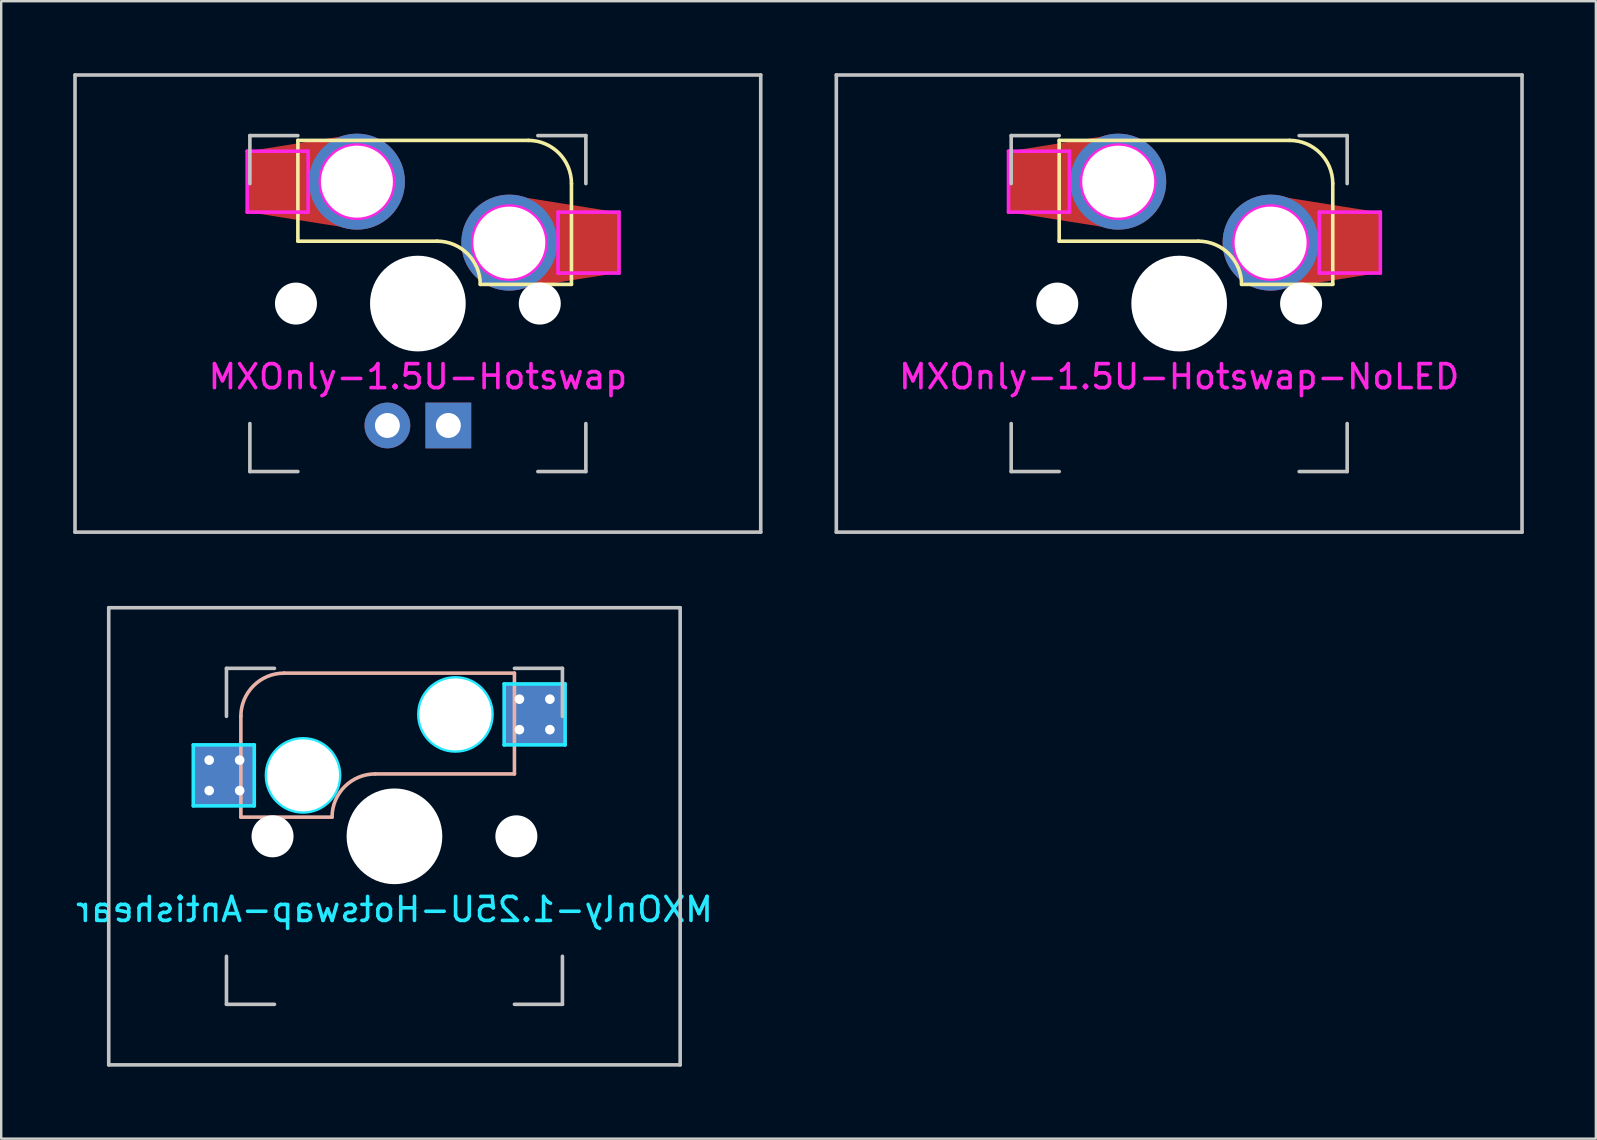
<source format=kicad_pcb>
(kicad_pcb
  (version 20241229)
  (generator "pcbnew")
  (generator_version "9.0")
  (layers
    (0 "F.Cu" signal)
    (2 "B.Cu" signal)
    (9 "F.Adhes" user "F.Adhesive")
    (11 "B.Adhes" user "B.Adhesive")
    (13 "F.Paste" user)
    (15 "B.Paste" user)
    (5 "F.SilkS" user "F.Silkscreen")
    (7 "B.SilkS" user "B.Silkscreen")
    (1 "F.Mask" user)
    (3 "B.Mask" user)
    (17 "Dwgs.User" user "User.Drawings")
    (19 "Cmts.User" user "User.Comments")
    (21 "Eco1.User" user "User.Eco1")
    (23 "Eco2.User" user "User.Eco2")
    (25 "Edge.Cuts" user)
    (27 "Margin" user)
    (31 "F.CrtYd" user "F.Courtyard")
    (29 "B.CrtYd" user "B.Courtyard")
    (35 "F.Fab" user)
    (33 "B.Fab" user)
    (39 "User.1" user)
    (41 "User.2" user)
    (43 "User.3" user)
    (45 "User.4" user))
  (footprint "MXOnly-1.5U-Hotswap-NoLED"
    (layer "F.Cu")
    (at 46.087 9.6)
    (property "Reference" "MXOnly-1.5U-Hotswap-NoLED" (at 0 3.048 180) (layer "F.CrtYd") (effects (font (size 1 1) (thickness 0.15))))
    (attr smd)
    (fp_line (start -5 -6.8) (end 4.6 -6.8) (stroke (width 0.15) (type solid)) (layer "F.SilkS"))
    (fp_line (start -5 -2.6) (end -5 -6.8) (stroke (width 0.15) (type solid)) (layer "F.SilkS"))
    (fp_line (start 0.8 -2.6) (end -5 -2.6) (stroke (width 0.15) (type solid)) (layer "F.SilkS"))
    (fp_line (start 6.4 -5) (end 6.4 -0.8) (stroke (width 0.15) (type solid)) (layer "F.SilkS"))
    (fp_line (start 6.4 -0.8) (end 2.6 -0.8) (stroke (width 0.15) (type solid)) (layer "F.SilkS"))
    (fp_arc (start 0.8 -2.6) (mid 2.072792 -2.072792) (end 2.6 -0.8) (stroke (width 0.15) (type solid)) (layer "F.SilkS"))
    (fp_arc (start 4.6 -6.8) (mid 5.872792 -6.272792) (end 6.4 -5) (stroke (width 0.15) (type solid)) (layer "F.SilkS"))
    (fp_poly (pts (xy -5.08 -3.493) (xy -7.112 -3.81) (xy -7.112 -6.35) (xy -5.08 -6.668)) (stroke (width 0.1) (type solid)) (fill yes) (layer "F.Paste"))
    (fp_poly (pts (xy 6.477 -4.064) (xy 8.509 -3.747) (xy 8.509 -1.206) (xy 6.477 -0.889)) (stroke (width 0.1) (type solid)) (fill yes) (layer "F.Paste"))
    (fp_line (start -14.287 -9.525) (end -14.287 9.525) (stroke (width 0.15) (type solid)) (layer "Dwgs.User"))
    (fp_line (start -14.287 9.525) (end 14.287 9.525) (stroke (width 0.15) (type solid)) (layer "Dwgs.User"))
    (fp_line (start -7 -7) (end -7 -5) (stroke (width 0.15) (type solid)) (layer "Dwgs.User"))
    (fp_line (start -7 7) (end -7 5) (stroke (width 0.15) (type solid)) (layer "Dwgs.User"))
    (fp_line (start -5 -7) (end -7 -7) (stroke (width 0.15) (type solid)) (layer "Dwgs.User"))
    (fp_line (start -5 7) (end -7 7) (stroke (width 0.15) (type solid)) (layer "Dwgs.User"))
    (fp_line (start 5 -7) (end 7 -7) (stroke (width 0.15) (type solid)) (layer "Dwgs.User"))
    (fp_line (start 7 -7) (end 7 -5) (stroke (width 0.15) (type solid)) (layer "Dwgs.User"))
    (fp_line (start 7 5) (end 7 7) (stroke (width 0.15) (type solid)) (layer "Dwgs.User"))
    (fp_line (start 7 7) (end 5 7) (stroke (width 0.15) (type solid)) (layer "Dwgs.User"))
    (fp_line (start 14.287 -9.525) (end -14.287 -9.525) (stroke (width 0.15) (type solid)) (layer "Dwgs.User"))
    (fp_line (start 14.287 9.525) (end 14.287 -9.525) (stroke (width 0.15) (type solid)) (layer "Dwgs.User"))
    (fp_line (start -7.112 -6.35) (end -7.112 -3.81) (stroke (width 0.15) (type solid)) (layer "F.CrtYd"))
    (fp_line (start -7.112 -3.81) (end -4.572 -3.81) (stroke (width 0.15) (type solid)) (layer "F.CrtYd"))
    (fp_line (start -4.572 -6.35) (end -7.112 -6.35) (stroke (width 0.15) (type solid)) (layer "F.CrtYd"))
    (fp_line (start -4.572 -3.81) (end -4.572 -6.35) (stroke (width 0.15) (type solid)) (layer "F.CrtYd"))
    (fp_line (start 5.842 -3.81) (end 5.842 -1.27) (stroke (width 0.15) (type solid)) (layer "F.CrtYd"))
    (fp_line (start 5.842 -1.27) (end 8.382 -1.27) (stroke (width 0.15) (type solid)) (layer "F.CrtYd"))
    (fp_line (start 8.382 -3.81) (end 5.842 -3.81) (stroke (width 0.15) (type solid)) (layer "F.CrtYd"))
    (fp_line (start 8.382 -1.27) (end 8.382 -3.81) (stroke (width 0.15) (type solid)) (layer "F.CrtYd"))
    (fp_circle (center -2.54 -5.08) (end -2.54 -6.604) (stroke (width 0.15) (type solid)) (fill no) (layer "F.CrtYd"))
    (fp_circle (center 3.81 -2.54) (end 3.81 -4.064) (stroke (width 0.15) (type solid)) (fill no) (layer "F.CrtYd"))
    (pad "" np_thru_hole circle (at -5.08 0 131.9) (size 1.75 1.75) (drill 1.75) (layers "*.Cu" "*.Mask"))
    (pad "" np_thru_hole circle (at 0 0 180) (size 3.988 3.988) (drill 3.988) (layers "*.Cu" "*.Mask"))
    (pad "" np_thru_hole circle (at 5.08 0 131.9) (size 1.75 1.75) (drill 1.75) (layers "*.Cu" "*.Mask"))
    (pad "1" thru_hole circle (at 3.81 -2.54 180) (size 4 4) (drill 3) (layers "*.Cu" "F.Mask"))
    (pad "1" smd custom (at 7.085 -2.54 180) (size 2.55 2.5) (layers "F.Cu" "F.Mask") (options (anchor rect)) (primitives (gr_poly (pts (xy -1.195 1.219) (xy 3.275 1.93) (xy 3.275 -1.93) (xy -1.195 -1.219)) (width 0.1) (fill yes))))
    (pad "2" smd custom (at -5.841 -5.08 180) (size 2.55 2.5) (layers "F.Cu" "F.Mask") (options (anchor rect)) (primitives (gr_poly (pts (xy 1.219 -1.219) (xy -3.251 -1.93) (xy -3.251 1.93) (xy 1.219 1.219)) (width 0.1) (fill yes))))
    (pad "2" thru_hole circle (at -2.54 -5.08 180) (size 4 4) (drill 3) (layers "*.Cu" "F.Mask")))
  (footprint "MXOnly-1.5U-Hotswap"
    (layer "F.Cu")
    (at 14.363 9.6)
    (property "Reference" "MXOnly-1.5U-Hotswap" (at 0 3.048 180) (layer "F.CrtYd") (effects (font (size 1 1) (thickness 0.15))))
    (attr smd)
    (fp_line (start -5 -6.8) (end 4.6 -6.8) (stroke (width 0.15) (type solid)) (layer "F.SilkS"))
    (fp_line (start -5 -2.6) (end -5 -6.8) (stroke (width 0.15) (type solid)) (layer "F.SilkS"))
    (fp_line (start 0.8 -2.6) (end -5 -2.6) (stroke (width 0.15) (type solid)) (layer "F.SilkS"))
    (fp_line (start 6.4 -5) (end 6.4 -0.8) (stroke (width 0.15) (type solid)) (layer "F.SilkS"))
    (fp_line (start 6.4 -0.8) (end 2.6 -0.8) (stroke (width 0.15) (type solid)) (layer "F.SilkS"))
    (fp_arc (start 0.8 -2.6) (mid 2.072792 -2.072792) (end 2.6 -0.8) (stroke (width 0.15) (type solid)) (layer "F.SilkS"))
    (fp_arc (start 4.6 -6.8) (mid 5.872792 -6.272792) (end 6.4 -5) (stroke (width 0.15) (type solid)) (layer "F.SilkS"))
    (fp_poly (pts (xy -5.08 -3.493) (xy -7.112 -3.81) (xy -7.112 -6.35) (xy -5.08 -6.668)) (stroke (width 0.1) (type solid)) (fill yes) (layer "F.Paste"))
    (fp_poly (pts (xy 6.477 -4.064) (xy 8.509 -3.747) (xy 8.509 -1.206) (xy 6.477 -0.889)) (stroke (width 0.1) (type solid)) (fill yes) (layer "F.Paste"))
    (fp_line (start -14.287 -9.525) (end -14.287 9.525) (stroke (width 0.15) (type solid)) (layer "Dwgs.User"))
    (fp_line (start -14.287 9.525) (end 14.287 9.525) (stroke (width 0.15) (type solid)) (layer "Dwgs.User"))
    (fp_line (start -7 -7) (end -7 -5) (stroke (width 0.15) (type solid)) (layer "Dwgs.User"))
    (fp_line (start -7 7) (end -7 5) (stroke (width 0.15) (type solid)) (layer "Dwgs.User"))
    (fp_line (start -5 -7) (end -7 -7) (stroke (width 0.15) (type solid)) (layer "Dwgs.User"))
    (fp_line (start -5 7) (end -7 7) (stroke (width 0.15) (type solid)) (layer "Dwgs.User"))
    (fp_line (start 5 -7) (end 7 -7) (stroke (width 0.15) (type solid)) (layer "Dwgs.User"))
    (fp_line (start 7 -7) (end 7 -5) (stroke (width 0.15) (type solid)) (layer "Dwgs.User"))
    (fp_line (start 7 5) (end 7 7) (stroke (width 0.15) (type solid)) (layer "Dwgs.User"))
    (fp_line (start 7 7) (end 5 7) (stroke (width 0.15) (type solid)) (layer "Dwgs.User"))
    (fp_line (start 14.287 -9.525) (end -14.287 -9.525) (stroke (width 0.15) (type solid)) (layer "Dwgs.User"))
    (fp_line (start 14.287 9.525) (end 14.287 -9.525) (stroke (width 0.15) (type solid)) (layer "Dwgs.User"))
    (fp_line (start -7.112 -6.35) (end -7.112 -3.81) (stroke (width 0.15) (type solid)) (layer "F.CrtYd"))
    (fp_line (start -7.112 -3.81) (end -4.572 -3.81) (stroke (width 0.15) (type solid)) (layer "F.CrtYd"))
    (fp_line (start -4.572 -6.35) (end -7.112 -6.35) (stroke (width 0.15) (type solid)) (layer "F.CrtYd"))
    (fp_line (start -4.572 -3.81) (end -4.572 -6.35) (stroke (width 0.15) (type solid)) (layer "F.CrtYd"))
    (fp_line (start 5.842 -3.81) (end 5.842 -1.27) (stroke (width 0.15) (type solid)) (layer "F.CrtYd"))
    (fp_line (start 5.842 -1.27) (end 8.382 -1.27) (stroke (width 0.15) (type solid)) (layer "F.CrtYd"))
    (fp_line (start 8.382 -3.81) (end 5.842 -3.81) (stroke (width 0.15) (type solid)) (layer "F.CrtYd"))
    (fp_line (start 8.382 -1.27) (end 8.382 -3.81) (stroke (width 0.15) (type solid)) (layer "F.CrtYd"))
    (fp_circle (center -2.54 -5.08) (end -2.54 -6.604) (stroke (width 0.15) (type solid)) (fill no) (layer "F.CrtYd"))
    (fp_circle (center 3.81 -2.54) (end 3.81 -4.064) (stroke (width 0.15) (type solid)) (fill no) (layer "F.CrtYd"))
    (pad "" np_thru_hole circle (at -5.08 0 131.9) (size 1.75 1.75) (drill 1.75) (layers "*.Cu" "*.Mask"))
    (pad "" np_thru_hole circle (at 0 0 180) (size 3.988 3.988) (drill 3.988) (layers "*.Cu" "*.Mask"))
    (pad "" np_thru_hole circle (at 5.08 0 131.9) (size 1.75 1.75) (drill 1.75) (layers "*.Cu" "*.Mask"))
    (pad "1" thru_hole circle (at 3.81 -2.54 180) (size 4 4) (drill 3) (layers "*.Cu" "F.Mask"))
    (pad "1" smd custom (at 7.085 -2.54 180) (size 2.55 2.5) (layers "F.Cu" "F.Mask") (options (anchor rect)) (primitives (gr_poly (pts (xy -1.195 1.219) (xy 3.275 1.93) (xy 3.275 -1.93) (xy -1.195 -1.219)) (width 0.1) (fill yes))))
    (pad "2" smd custom (at -5.841 -5.08 180) (size 2.55 2.5) (layers "F.Cu" "F.Mask") (options (anchor rect)) (primitives (gr_poly (pts (xy 1.219 -1.219) (xy -3.251 -1.93) (xy -3.251 1.93) (xy 1.219 1.219)) (width 0.1) (fill yes))))
    (pad "2" thru_hole circle (at -2.54 -5.08 180) (size 4 4) (drill 3) (layers "*.Cu" "F.Mask"))
    (pad "3" thru_hole circle (at -1.27 5.08) (size 1.905 1.905) (drill 1.04) (layers "*.Cu" "B.Mask"))
    (pad "4" thru_hole rect (at 1.27 5.08) (size 1.905 1.905) (drill 1.04) (layers "*.Cu" "B.Mask")))
  (footprint "MXOnly-1.25U-Hotswap-Antishear"
    (layer "F.Cu")
    (at 13.387 31.8)
    (property "Reference" "MXOnly-1.25U-Hotswap-Antishear" (at 0 3.048 0) (layer "B.CrtYd") (effects (font (size 1 1) (thickness 0.15)) (justify mirror)))
    (attr smd)
    (fp_line (start -6.4 -5) (end -6.4 -0.8) (stroke (width 0.15) (type solid)) (layer "B.SilkS"))
    (fp_line (start -6.4 -0.8) (end -2.6 -0.8) (stroke (width 0.15) (type solid)) (layer "B.SilkS"))
    (fp_line (start -0.8 -2.6) (end 5 -2.6) (stroke (width 0.15) (type solid)) (layer "B.SilkS"))
    (fp_line (start 5 -6.8) (end -4.6 -6.8) (stroke (width 0.15) (type solid)) (layer "B.SilkS"))
    (fp_line (start 5 -2.6) (end 5 -6.8) (stroke (width 0.15) (type solid)) (layer "B.SilkS"))
    (fp_arc (start -6.4 -5) (mid -5.872792 -6.272792) (end -4.6 -6.8) (stroke (width 0.15) (type solid)) (layer "B.SilkS"))
    (fp_arc (start -2.6 -0.8) (mid -2.072792 -2.072792) (end -0.8 -2.6) (stroke (width 0.15) (type solid)) (layer "B.SilkS"))
    (fp_line (start -11.906 -9.525) (end 11.906 -9.525) (stroke (width 0.15) (type solid)) (layer "Dwgs.User"))
    (fp_line (start -11.906 9.525) (end -11.906 -9.525) (stroke (width 0.15) (type solid)) (layer "Dwgs.User"))
    (fp_line (start -7 -7) (end -7 -5) (stroke (width 0.15) (type solid)) (layer "Dwgs.User"))
    (fp_line (start -7 5) (end -7 7) (stroke (width 0.15) (type solid)) (layer "Dwgs.User"))
    (fp_line (start -7 7) (end -5 7) (stroke (width 0.15) (type solid)) (layer "Dwgs.User"))
    (fp_line (start -5 -7) (end -7 -7) (stroke (width 0.15) (type solid)) (layer "Dwgs.User"))
    (fp_line (start 5 -7) (end 7 -7) (stroke (width 0.15) (type solid)) (layer "Dwgs.User"))
    (fp_line (start 5 7) (end 7 7) (stroke (width 0.15) (type solid)) (layer "Dwgs.User"))
    (fp_line (start 7 -7) (end 7 -5) (stroke (width 0.15) (type solid)) (layer "Dwgs.User"))
    (fp_line (start 7 7) (end 7 5) (stroke (width 0.15) (type solid)) (layer "Dwgs.User"))
    (fp_line (start 11.906 -9.525) (end 11.906 9.525) (stroke (width 0.15) (type solid)) (layer "Dwgs.User"))
    (fp_line (start 11.906 9.525) (end -11.906 9.525) (stroke (width 0.15) (type solid)) (layer "Dwgs.User"))
    (fp_line (start -8.382 -3.81) (end -5.842 -3.81) (stroke (width 0.15) (type solid)) (layer "B.CrtYd"))
    (fp_line (start -8.382 -1.27) (end -8.382 -3.81) (stroke (width 0.15) (type solid)) (layer "B.CrtYd"))
    (fp_line (start -5.842 -3.81) (end -5.842 -1.27) (stroke (width 0.15) (type solid)) (layer "B.CrtYd"))
    (fp_line (start -5.842 -1.27) (end -8.382 -1.27) (stroke (width 0.15) (type solid)) (layer "B.CrtYd"))
    (fp_line (start 4.572 -6.35) (end 7.112 -6.35) (stroke (width 0.15) (type solid)) (layer "B.CrtYd"))
    (fp_line (start 4.572 -3.81) (end 4.572 -6.35) (stroke (width 0.15) (type solid)) (layer "B.CrtYd"))
    (fp_line (start 7.112 -6.35) (end 7.112 -3.81) (stroke (width 0.15) (type solid)) (layer "B.CrtYd"))
    (fp_line (start 7.112 -3.81) (end 4.572 -3.81) (stroke (width 0.15) (type solid)) (layer "B.CrtYd"))
    (fp_circle (center -3.81 -2.54) (end -3.81 -4.064) (stroke (width 0.15) (type solid)) (fill no) (layer "B.CrtYd"))
    (fp_circle (center 2.54 -5.08) (end 2.54 -6.604) (stroke (width 0.15) (type solid)) (fill no) (layer "B.CrtYd"))
    (pad "" np_thru_hole circle (at -5.08 0 48.1) (size 1.75 1.75) (drill 1.75) (layers "*.Cu" "*.Mask"))
    (pad "" np_thru_hole circle (at -3.81 -2.54) (size 3 3) (drill 3) (layers "*.Cu" "*.Mask"))
    (pad "" np_thru_hole circle (at 0 0) (size 3.988 3.988) (drill 3.988) (layers "*.Cu" "*.Mask"))
    (pad "" np_thru_hole circle (at 2.54 -5.08) (size 3 3) (drill 3) (layers "*.Cu" "*.Mask"))
    (pad "" np_thru_hole circle (at 5.08 0 48.1) (size 1.75 1.75) (drill 1.75) (layers "*.Cu" "*.Mask"))
    (pad "1" thru_hole circle (at -7.72 -3.175) (size 0.8 0.8) (drill 0.4) (layers "*.Cu" "B.Mask"))
    (pad "1" thru_hole circle (at -7.72 -1.905) (size 0.8 0.8) (drill 0.4) (layers "*.Cu" "B.Mask"))
    (pad "1" smd rect (at -7.085 -2.54) (size 2.55 2.5) (layers "B.Cu" "B.Mask" "B.Paste"))
    (pad "1" thru_hole circle (at -6.45 -3.175) (size 0.8 0.8) (drill 0.4) (layers "*.Cu" "B.Mask"))
    (pad "1" thru_hole circle (at -6.45 -1.905) (size 0.8 0.8) (drill 0.4) (layers "*.Cu" "B.Mask"))
    (pad "2" thru_hole circle (at 5.207 -5.715) (size 0.8 0.8) (drill 0.4) (layers "*.Cu" "B.Mask"))
    (pad "2" thru_hole circle (at 5.207 -4.445) (size 0.8 0.8) (drill 0.4) (layers "*.Cu" "B.Mask"))
    (pad "2" smd rect (at 5.842 -5.08) (size 2.55 2.5) (layers "B.Cu" "B.Mask" "B.Paste"))
    (pad "2" thru_hole circle (at 6.477 -5.715) (size 0.8 0.8) (drill 0.4) (layers "*.Cu" "B.Mask"))
    (pad "2" thru_hole circle (at 6.477 -4.445) (size 0.8 0.8) (drill 0.4) (layers "*.Cu" "B.Mask")))
  (gr_rect
    (start -3 -3)
    (end 63.45 44.4)
    (stroke (width 0.1) (type default))
    (fill no)
    (layer "Edge.Cuts")))
</source>
